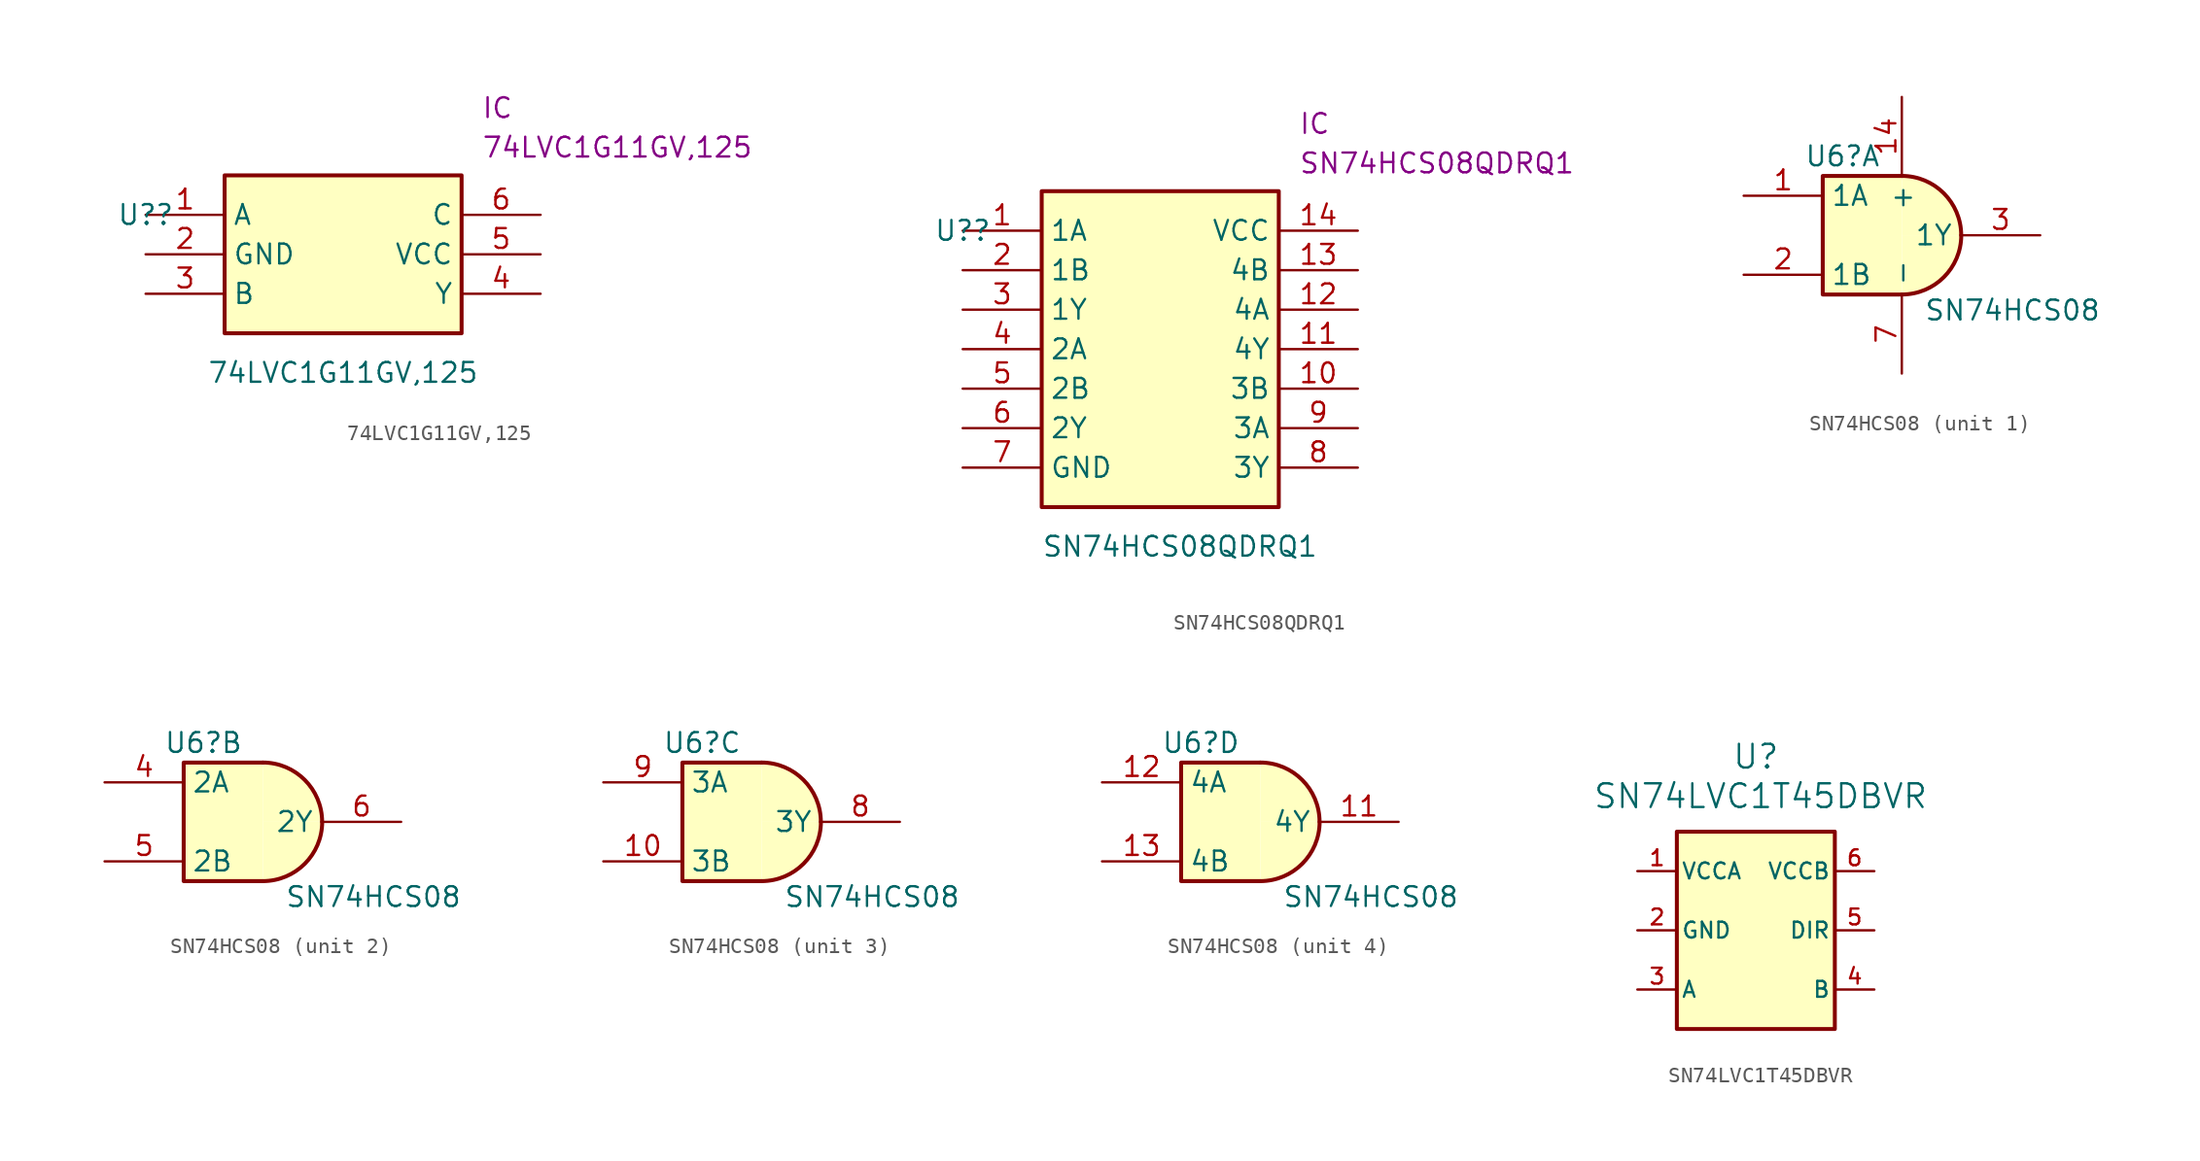
<source format=kicad_sym>
(kicad_symbol_lib
  (version 20231120)
  (generator "kicad_symbol_editor")
  (generator_version "8.0")
  (symbol "74LVC1G11GV,125"
    (property "Reference" "U?"
      (at 0 0 0)
      (effects (font (size 1.27 1.27))))
    (property "Value" "74LVC1G11GV,125"
      (at 12.7 -10.16 0)
      (effects (font (size 1.27 1.27))))
    (property "Reference_1" "IC"
      (at 21.59 7.62 0)
      (effects (font (size 1.27 1.27)) (justify left top)))
    (property "Value_1" "74LVC1G11GV,125"
      (at 21.59 5.08 0)
      (effects (font (size 1.27 1.27)) (justify left top)))
    (symbol "74LVC1G11GV,125_1_1"
      (rectangle (start 5.08 2.54) (end 20.32 -7.62) (stroke (width 0.254) (type default)) (fill (type background)))
      (pin passive line (at 0 0 0) (length 5.08) (name "A" (effects (font (size 1.27 1.27)))) (number "1" (effects (font (size 1.27 1.27)))))
      (pin passive line (at 0 -2.54 0) (length 5.08) (name "GND" (effects (font (size 1.27 1.27)))) (number "2" (effects (font (size 1.27 1.27)))))
      (pin passive line (at 0 -5.08 0) (length 5.08) (name "B" (effects (font (size 1.27 1.27)))) (number "3" (effects (font (size 1.27 1.27)))))
      (pin passive line (at 25.4 -5.08 180) (length 5.08) (name "Y" (effects (font (size 1.27 1.27)))) (number "4" (effects (font (size 1.27 1.27)))))
      (pin passive line (at 25.4 -2.54 180) (length 5.08) (name "VCC" (effects (font (size 1.27 1.27)))) (number "5" (effects (font (size 1.27 1.27)))))
      (pin passive line (at 25.4 0 180) (length 5.08) (name "C" (effects (font (size 1.27 1.27)))) (number "6" (effects (font (size 1.27 1.27)))))))
  (symbol "SN74HCS08QDRQ1"
    (property "Reference" "U?"
      (at 0 0 0)
      (effects (font (size 1.27 1.27))))
    (property "Value" "SN74HCS08QDRQ1"
      (at 13.97 -20.32 0)
      (effects (font (size 1.27 1.27))))
    (property "Reference_1" "IC"
      (at 21.59 7.62 0)
      (effects (font (size 1.27 1.27)) (justify left top)))
    (property "Value_1" "SN74HCS08QDRQ1"
      (at 21.59 5.08 0)
      (effects (font (size 1.27 1.27)) (justify left top)))
    (symbol "SN74HCS08QDRQ1_1_1"
      (rectangle (start 5.08 2.54) (end 20.32 -17.78) (stroke (width 0.254) (type default)) (fill (type background)))
      (pin passive line (at 0 0 0) (length 5.08) (name "1A" (effects (font (size 1.27 1.27)))) (number "1" (effects (font (size 1.27 1.27)))))
      (pin passive line (at 25.4 -10.16 180) (length 5.08) (name "3B" (effects (font (size 1.27 1.27)))) (number "10" (effects (font (size 1.27 1.27)))))
      (pin passive line (at 25.4 -7.62 180) (length 5.08) (name "4Y" (effects (font (size 1.27 1.27)))) (number "11" (effects (font (size 1.27 1.27)))))
      (pin passive line (at 25.4 -5.08 180) (length 5.08) (name "4A" (effects (font (size 1.27 1.27)))) (number "12" (effects (font (size 1.27 1.27)))))
      (pin passive line (at 25.4 -2.54 180) (length 5.08) (name "4B" (effects (font (size 1.27 1.27)))) (number "13" (effects (font (size 1.27 1.27)))))
      (pin passive line (at 25.4 0 180) (length 5.08) (name "VCC" (effects (font (size 1.27 1.27)))) (number "14" (effects (font (size 1.27 1.27)))))
      (pin passive line (at 0 -2.54 0) (length 5.08) (name "1B" (effects (font (size 1.27 1.27)))) (number "2" (effects (font (size 1.27 1.27)))))
      (pin passive line (at 0 -5.08 0) (length 5.08) (name "1Y" (effects (font (size 1.27 1.27)))) (number "3" (effects (font (size 1.27 1.27)))))
      (pin passive line (at 0 -7.62 0) (length 5.08) (name "2A" (effects (font (size 1.27 1.27)))) (number "4" (effects (font (size 1.27 1.27)))))
      (pin passive line (at 0 -10.16 0) (length 5.08) (name "2B" (effects (font (size 1.27 1.27)))) (number "5" (effects (font (size 1.27 1.27)))))
      (pin passive line (at 0 -12.7 0) (length 5.08) (name "2Y" (effects (font (size 1.27 1.27)))) (number "6" (effects (font (size 1.27 1.27)))))
      (pin passive line (at 0 -15.24 0) (length 5.08) (name "GND" (effects (font (size 1.27 1.27)))) (number "7" (effects (font (size 1.27 1.27)))))
      (pin passive line (at 25.4 -15.24 180) (length 5.08) (name "3Y" (effects (font (size 1.27 1.27)))) (number "8" (effects (font (size 1.27 1.27)))))
      (pin passive line (at 25.4 -12.7 180) (length 5.08) (name "3A" (effects (font (size 1.27 1.27)))) (number "9" (effects (font (size 1.27 1.27)))))))
  (symbol "SN74HCS08"
    (property "Reference" "U6"
      (at 0 -1.27 0)
      (effects (font (size 1.27 1.27))))
    (property "Value" "SN74HCS08"
      (at 10.922 -11.176 0)
      (effects (font (size 1.27 1.27))))
    (property "ki_locked" ""
      (at 0 0 0)
      (effects (font (size 1.27 1.27))))
    (symbol "SN74HCS08_1_1"
      (polyline (pts (xy 3.81 -2.54) (xy -1.27 -2.54) (xy -1.27 -10.16) (xy 3.81 -10.16)) (stroke (width 0.254) (type default)) (fill (type background)))
      (arc (start 3.8185 -10.1595) (mid 6.5113 -9.0423) (end 7.6285 -6.3495) (stroke (width 0.254) (type default)) (fill (type background)))
      (arc (start 7.6245 -6.3455) (mid 6.5073 -3.6527) (end 3.8145 -2.5355) (stroke (width 0.254) (type default)) (fill (type background)))
      (pin passive line (at -6.35 -3.81 0) (length 5.08) (name "1A" (effects (font (size 1.27 1.27)))) (number "1" (effects (font (size 1.27 1.27)))))
      (pin passive line (at 3.81 2.54 270) (length 5.08) (name "+" (effects (font (size 1.27 1.27)))) (number "14" (effects (font (size 1.27 1.27)))))
      (pin passive line (at -6.35 -8.89 0) (length 5.08) (name "1B" (effects (font (size 1.27 1.27)))) (number "2" (effects (font (size 1.27 1.27)))))
      (pin passive line (at 12.7 -6.35 180) (length 5.08) (name "1Y" (effects (font (size 1.27 1.27)))) (number "3" (effects (font (size 1.27 1.27)))))
      (pin passive line (at 3.81 -15.24 90) (length 5.08) (name "-" (effects (font (size 1.27 1.27)))) (number "7" (effects (font (size 1.27 1.27))))))
    (symbol "SN74HCS08_2_1"
      (polyline (pts (xy 3.81 -2.54) (xy -1.27 -2.54) (xy -1.27 -10.16) (xy 3.81 -10.16)) (stroke (width 0.254) (type default)) (fill (type background)))
      (arc (start 3.8185 -10.1595) (mid 6.5113 -9.0423) (end 7.6285 -6.3495) (stroke (width 0.254) (type default)) (fill (type background)))
      (arc (start 7.6245 -6.3455) (mid 6.5073 -3.6527) (end 3.8145 -2.5355) (stroke (width 0.254) (type default)) (fill (type background)))
      (pin passive line (at -6.35 -3.81 0) (length 5.08) (name "2A" (effects (font (size 1.27 1.27)))) (number "4" (effects (font (size 1.27 1.27)))))
      (pin passive line (at -6.35 -8.89 0) (length 5.08) (name "2B" (effects (font (size 1.27 1.27)))) (number "5" (effects (font (size 1.27 1.27)))))
      (pin passive line (at 12.7 -6.35 180) (length 5.08) (name "2Y" (effects (font (size 1.27 1.27)))) (number "6" (effects (font (size 1.27 1.27))))))
    (symbol "SN74HCS08_3_1"
      (polyline (pts (xy 3.81 -2.54) (xy -1.27 -2.54) (xy -1.27 -10.16) (xy 3.81 -10.16)) (stroke (width 0.254) (type default)) (fill (type background)))
      (arc (start 3.8185 -10.1595) (mid 6.5113 -9.0423) (end 7.6285 -6.3495) (stroke (width 0.254) (type default)) (fill (type background)))
      (arc (start 7.6245 -6.3455) (mid 6.5073 -3.6527) (end 3.8145 -2.5355) (stroke (width 0.254) (type default)) (fill (type background)))
      (pin passive line (at -6.35 -8.89 0) (length 5.08) (name "3B" (effects (font (size 1.27 1.27)))) (number "10" (effects (font (size 1.27 1.27)))))
      (pin passive line (at 12.7 -6.35 180) (length 5.08) (name "3Y" (effects (font (size 1.27 1.27)))) (number "8" (effects (font (size 1.27 1.27)))))
      (pin passive line (at -6.35 -3.81 0) (length 5.08) (name "3A" (effects (font (size 1.27 1.27)))) (number "9" (effects (font (size 1.27 1.27))))))
    (symbol "SN74HCS08_4_1"
      (polyline (pts (xy 3.81 -2.54) (xy -1.27 -2.54) (xy -1.27 -10.16) (xy 3.81 -10.16)) (stroke (width 0.254) (type default)) (fill (type background)))
      (arc (start 3.8185 -10.1595) (mid 6.5113 -9.0423) (end 7.6285 -6.3495) (stroke (width 0.254) (type default)) (fill (type background)))
      (arc (start 7.6245 -6.3455) (mid 6.5073 -3.6527) (end 3.8145 -2.5355) (stroke (width 0.254) (type default)) (fill (type background)))
      (pin passive line (at 12.7 -6.35 180) (length 5.08) (name "4Y" (effects (font (size 1.27 1.27)))) (number "11" (effects (font (size 1.27 1.27)))))
      (pin passive line (at -6.35 -3.81 0) (length 5.08) (name "4A" (effects (font (size 1.27 1.27)))) (number "12" (effects (font (size 1.27 1.27)))))
      (pin passive line (at -6.35 -8.89 0) (length 5.08) (name "4B" (effects (font (size 1.27 1.27)))) (number "13" (effects (font (size 1.27 1.27)))))))
  (symbol "SN74LVC1T45DBVR"
    (pin_names
      (offset 0.254))
    (property "Reference" "U"
      (at 0 11.176 0)
      (effects (font (size 1.524 1.524))))
    (property "Value" "SN74LVC1T45DBVR"
      (at 0.305 8.636 0)
      (effects (font (size 1.524 1.524))))
    (symbol "SN74LVC1T45DBVR_1_1"
      (rectangle (start -5.08 6.35) (end 5.08 -6.35) (stroke (width 0.254) (type default)) (fill (type background)))
      (pin power_in line (at -7.62 3.81 0) (length 2.54) (name "VCCA" (effects (font (size 1.016 1.016)))) (number "1" (effects (font (size 1.016 1.016)))))
      (pin power_in line (at -7.62 0 0) (length 2.54) (name "GND" (effects (font (size 1.016 1.016)))) (number "2" (effects (font (size 1.016 1.016)))))
      (pin bidirectional line (at -7.62 -3.81 0) (length 2.54) (name "A" (effects (font (size 1.016 1.016)))) (number "3" (effects (font (size 1.016 1.016)))))
      (pin bidirectional line (at 7.62 -3.81 180) (length 2.54) (name "B" (effects (font (size 1.016 1.016)))) (number "4" (effects (font (size 1.016 1.016)))))
      (pin input line (at 7.62 0 180) (length 2.54) (name "DIR" (effects (font (size 1.016 1.016)))) (number "5" (effects (font (size 1.016 1.016)))))
      (pin power_in line (at 7.62 3.81 180) (length 2.54) (name "VCCB" (effects (font (size 1.016 1.016)))) (number "6" (effects (font (size 1.016 1.016))))))))
</source>
